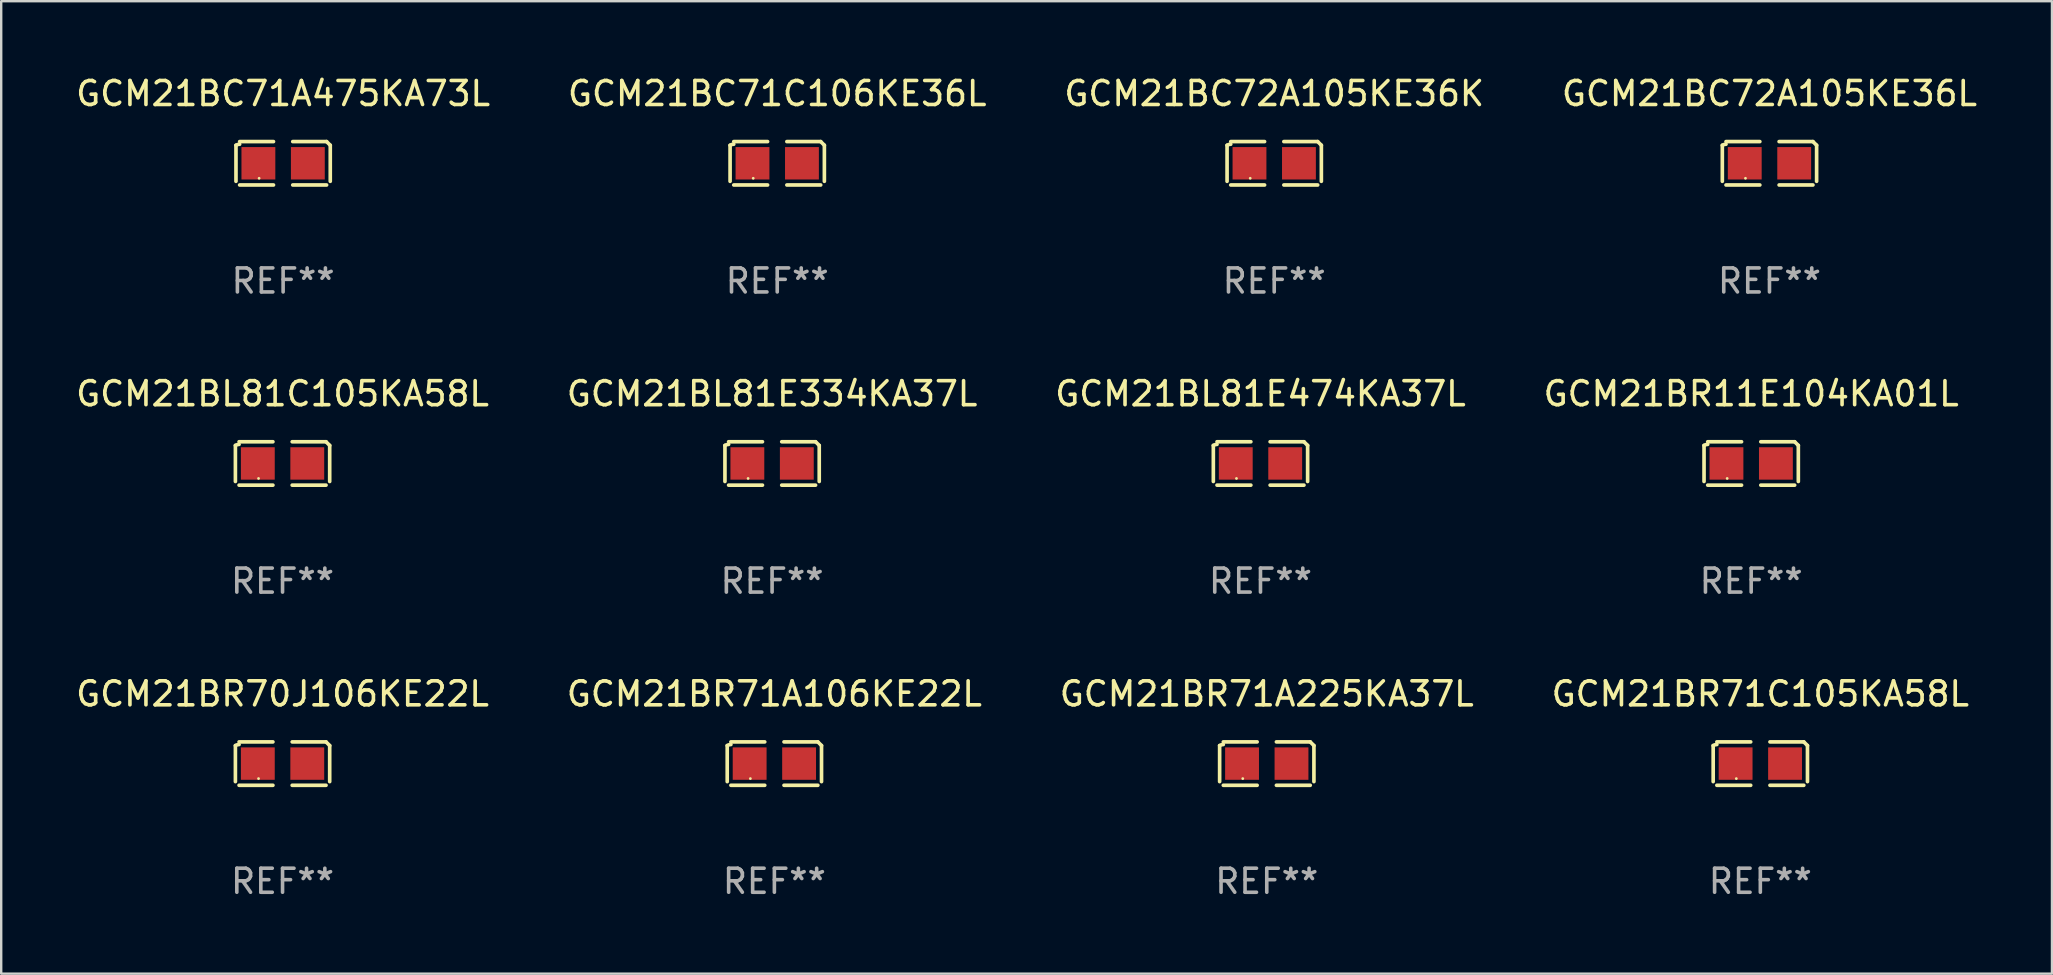
<source format=kicad_pcb>
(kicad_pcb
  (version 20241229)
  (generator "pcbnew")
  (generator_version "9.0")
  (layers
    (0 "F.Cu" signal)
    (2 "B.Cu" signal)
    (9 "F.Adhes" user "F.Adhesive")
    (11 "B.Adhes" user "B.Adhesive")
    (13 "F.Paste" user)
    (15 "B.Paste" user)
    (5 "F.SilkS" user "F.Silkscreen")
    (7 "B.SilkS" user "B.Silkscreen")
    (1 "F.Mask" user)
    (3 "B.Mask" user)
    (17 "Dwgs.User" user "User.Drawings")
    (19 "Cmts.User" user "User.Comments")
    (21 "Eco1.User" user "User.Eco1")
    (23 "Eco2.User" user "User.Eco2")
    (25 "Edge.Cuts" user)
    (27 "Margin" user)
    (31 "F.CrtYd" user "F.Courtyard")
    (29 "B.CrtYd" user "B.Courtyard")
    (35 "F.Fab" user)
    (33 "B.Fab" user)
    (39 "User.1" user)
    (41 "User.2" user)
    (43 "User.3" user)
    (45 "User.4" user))
  (footprint "GCM21BL81E474KA37L"
    (layer "F.Cu")
    (at 49.458 16.256)
    (property "Reference" "GCM21BL81E474KA37L" (at 0 -2.904 0) (layer "F.SilkS") (effects (font (size 1 1) (thickness 0.15))))
    (attr through_hole)
    (fp_line (start -1.964 0.751) (end -1.964 -0.751) (stroke (width 0.152) (type solid)) (layer "F.SilkS"))
    (fp_line (start -1.811 -0.904) (end -0.401 -0.904) (stroke (width 0.152) (type solid)) (layer "F.SilkS"))
    (fp_line (start -0.401 0.904) (end -1.811 0.904) (stroke (width 0.152) (type solid)) (layer "F.SilkS"))
    (fp_line (start 0.401 0.904) (end 1.811 0.904) (stroke (width 0.152) (type solid)) (layer "F.SilkS"))
    (fp_line (start 1.811 -0.904) (end 0.401 -0.904) (stroke (width 0.152) (type solid)) (layer "F.SilkS"))
    (fp_line (start 1.964 0.751) (end 1.964 -0.751) (stroke (width 0.152) (type solid)) (layer "F.SilkS"))
    (fp_arc (start -1.963602 -0.751207) (mid -1.890354 -0.783131) (end -1.811201 -0.794044) (stroke (width 0.1524) (type solid)) (layer "F.SilkS"))
    (fp_arc (start 1.811202 -0.903607) (mid 1.887413 -0.827418) (end 1.963602 -0.751207) (stroke (width 0.1524) (type solid)) (layer "F.SilkS"))
    (fp_circle (center -1 0.625) (end -0.97 0.625) (stroke (width 0.06) (type solid)) (fill no) (layer "F.SilkS"))
    (fp_text user "REF**" (at 0 4.904 0) (layer "F.Fab") (effects (font (size 1 1) (thickness 0.15))))
    (pad "1" smd rect (at -1.03 0) (size 1.41 1.35) (layers "F.Cu" "F.Mask" "F.Paste"))
    (pad "2" smd rect (at 1.03 0) (size 1.41 1.35) (layers "F.Cu" "F.Mask" "F.Paste")))
  (footprint "GCM21BC72A105KE36L"
    (layer "F.Cu")
    (at 70.661 3.752)
    (property "Reference" "GCM21BC72A105KE36L" (at 0 -2.904 0) (layer "F.SilkS") (effects (font (size 1 1) (thickness 0.15))))
    (attr through_hole)
    (fp_line (start -1.964 0.751) (end -1.964 -0.751) (stroke (width 0.152) (type solid)) (layer "F.SilkS"))
    (fp_line (start -1.811 -0.904) (end -0.401 -0.904) (stroke (width 0.152) (type solid)) (layer "F.SilkS"))
    (fp_line (start -0.401 0.904) (end -1.811 0.904) (stroke (width 0.152) (type solid)) (layer "F.SilkS"))
    (fp_line (start 0.401 0.904) (end 1.811 0.904) (stroke (width 0.152) (type solid)) (layer "F.SilkS"))
    (fp_line (start 1.811 -0.904) (end 0.401 -0.904) (stroke (width 0.152) (type solid)) (layer "F.SilkS"))
    (fp_line (start 1.964 0.751) (end 1.964 -0.751) (stroke (width 0.152) (type solid)) (layer "F.SilkS"))
    (fp_arc (start -1.963602 -0.751207) (mid -1.890354 -0.783131) (end -1.811201 -0.794044) (stroke (width 0.1524) (type solid)) (layer "F.SilkS"))
    (fp_arc (start 1.811202 -0.903607) (mid 1.887413 -0.827418) (end 1.963602 -0.751207) (stroke (width 0.1524) (type solid)) (layer "F.SilkS"))
    (fp_circle (center -1 0.625) (end -0.97 0.625) (stroke (width 0.06) (type solid)) (fill no) (layer "F.SilkS"))
    (fp_text user "REF**" (at 0 4.904 0) (layer "F.Fab") (effects (font (size 1 1) (thickness 0.15))))
    (pad "1" smd rect (at -1.03 0) (size 1.41 1.35) (layers "F.Cu" "F.Mask" "F.Paste"))
    (pad "2" smd rect (at 1.03 0) (size 1.41 1.35) (layers "F.Cu" "F.Mask" "F.Paste")))
  (footprint "GCM21BC72A105KE36K"
    (layer "F.Cu")
    (at 50.03 3.752)
    (property "Reference" "GCM21BC72A105KE36K" (at 0 -2.904 0) (layer "F.SilkS") (effects (font (size 1 1) (thickness 0.15))))
    (attr through_hole)
    (fp_line (start -1.964 0.751) (end -1.964 -0.751) (stroke (width 0.152) (type solid)) (layer "F.SilkS"))
    (fp_line (start -1.811 -0.904) (end -0.401 -0.904) (stroke (width 0.152) (type solid)) (layer "F.SilkS"))
    (fp_line (start -0.401 0.904) (end -1.811 0.904) (stroke (width 0.152) (type solid)) (layer "F.SilkS"))
    (fp_line (start 0.401 0.904) (end 1.811 0.904) (stroke (width 0.152) (type solid)) (layer "F.SilkS"))
    (fp_line (start 1.811 -0.904) (end 0.401 -0.904) (stroke (width 0.152) (type solid)) (layer "F.SilkS"))
    (fp_line (start 1.964 0.751) (end 1.964 -0.751) (stroke (width 0.152) (type solid)) (layer "F.SilkS"))
    (fp_arc (start -1.963602 -0.751207) (mid -1.890354 -0.783131) (end -1.811201 -0.794044) (stroke (width 0.1524) (type solid)) (layer "F.SilkS"))
    (fp_arc (start 1.811202 -0.903607) (mid 1.887413 -0.827418) (end 1.963602 -0.751207) (stroke (width 0.1524) (type solid)) (layer "F.SilkS"))
    (fp_circle (center -1 0.625) (end -0.97 0.625) (stroke (width 0.06) (type solid)) (fill no) (layer "F.SilkS"))
    (fp_text user "REF**" (at 0 4.904 0) (layer "F.Fab") (effects (font (size 1 1) (thickness 0.15))))
    (pad "1" smd rect (at -1.03 0) (size 1.41 1.35) (layers "F.Cu" "F.Mask" "F.Paste"))
    (pad "2" smd rect (at 1.03 0) (size 1.41 1.35) (layers "F.Cu" "F.Mask" "F.Paste")))
  (footprint "GCM21BR70J106KE22L"
    (layer "F.Cu")
    (at 8.72 28.759)
    (property "Reference" "GCM21BR70J106KE22L" (at 0 -2.904 0) (layer "F.SilkS") (effects (font (size 1 1) (thickness 0.15))))
    (attr through_hole)
    (fp_line (start -1.964 0.751) (end -1.964 -0.751) (stroke (width 0.152) (type solid)) (layer "F.SilkS"))
    (fp_line (start -1.811 -0.904) (end -0.401 -0.904) (stroke (width 0.152) (type solid)) (layer "F.SilkS"))
    (fp_line (start -0.401 0.904) (end -1.811 0.904) (stroke (width 0.152) (type solid)) (layer "F.SilkS"))
    (fp_line (start 0.401 0.904) (end 1.811 0.904) (stroke (width 0.152) (type solid)) (layer "F.SilkS"))
    (fp_line (start 1.811 -0.904) (end 0.401 -0.904) (stroke (width 0.152) (type solid)) (layer "F.SilkS"))
    (fp_line (start 1.964 0.751) (end 1.964 -0.751) (stroke (width 0.152) (type solid)) (layer "F.SilkS"))
    (fp_arc (start -1.963602 -0.751207) (mid -1.890354 -0.783131) (end -1.811201 -0.794044) (stroke (width 0.1524) (type solid)) (layer "F.SilkS"))
    (fp_arc (start 1.811202 -0.903607) (mid 1.887413 -0.827418) (end 1.963602 -0.751207) (stroke (width 0.1524) (type solid)) (layer "F.SilkS"))
    (fp_circle (center -1 0.625) (end -0.97 0.625) (stroke (width 0.06) (type solid)) (fill no) (layer "F.SilkS"))
    (fp_text user "REF**" (at 0 4.904 0) (layer "F.Fab") (effects (font (size 1 1) (thickness 0.15))))
    (pad "1" smd rect (at -1.03 0) (size 1.41 1.35) (layers "F.Cu" "F.Mask" "F.Paste"))
    (pad "2" smd rect (at 1.03 0) (size 1.41 1.35) (layers "F.Cu" "F.Mask" "F.Paste")))
  (footprint "GCM21BL81C105KA58L"
    (layer "F.Cu")
    (at 8.72 16.256)
    (property "Reference" "GCM21BL81C105KA58L" (at 0 -2.904 0) (layer "F.SilkS") (effects (font (size 1 1) (thickness 0.15))))
    (attr through_hole)
    (fp_line (start -1.964 0.751) (end -1.964 -0.751) (stroke (width 0.152) (type solid)) (layer "F.SilkS"))
    (fp_line (start -1.811 -0.904) (end -0.401 -0.904) (stroke (width 0.152) (type solid)) (layer "F.SilkS"))
    (fp_line (start -0.401 0.904) (end -1.811 0.904) (stroke (width 0.152) (type solid)) (layer "F.SilkS"))
    (fp_line (start 0.401 0.904) (end 1.811 0.904) (stroke (width 0.152) (type solid)) (layer "F.SilkS"))
    (fp_line (start 1.811 -0.904) (end 0.401 -0.904) (stroke (width 0.152) (type solid)) (layer "F.SilkS"))
    (fp_line (start 1.964 0.751) (end 1.964 -0.751) (stroke (width 0.152) (type solid)) (layer "F.SilkS"))
    (fp_arc (start -1.963602 -0.751207) (mid -1.890354 -0.783131) (end -1.811201 -0.794044) (stroke (width 0.1524) (type solid)) (layer "F.SilkS"))
    (fp_arc (start 1.811202 -0.903607) (mid 1.887413 -0.827418) (end 1.963602 -0.751207) (stroke (width 0.1524) (type solid)) (layer "F.SilkS"))
    (fp_circle (center -1 0.625) (end -0.97 0.625) (stroke (width 0.06) (type solid)) (fill no) (layer "F.SilkS"))
    (fp_text user "REF**" (at 0 4.904 0) (layer "F.Fab") (effects (font (size 1 1) (thickness 0.15))))
    (pad "1" smd rect (at -1.03 0) (size 1.41 1.35) (layers "F.Cu" "F.Mask" "F.Paste"))
    (pad "2" smd rect (at 1.03 0) (size 1.41 1.35) (layers "F.Cu" "F.Mask" "F.Paste")))
  (footprint "GCM21BR11E104KA01L"
    (layer "F.Cu")
    (at 69.899 16.256)
    (property "Reference" "GCM21BR11E104KA01L" (at 0 -2.904 0) (layer "F.SilkS") (effects (font (size 1 1) (thickness 0.15))))
    (attr through_hole)
    (fp_line (start -1.964 0.751) (end -1.964 -0.751) (stroke (width 0.152) (type solid)) (layer "F.SilkS"))
    (fp_line (start -1.811 -0.904) (end -0.401 -0.904) (stroke (width 0.152) (type solid)) (layer "F.SilkS"))
    (fp_line (start -0.401 0.904) (end -1.811 0.904) (stroke (width 0.152) (type solid)) (layer "F.SilkS"))
    (fp_line (start 0.401 0.904) (end 1.811 0.904) (stroke (width 0.152) (type solid)) (layer "F.SilkS"))
    (fp_line (start 1.811 -0.904) (end 0.401 -0.904) (stroke (width 0.152) (type solid)) (layer "F.SilkS"))
    (fp_line (start 1.964 0.751) (end 1.964 -0.751) (stroke (width 0.152) (type solid)) (layer "F.SilkS"))
    (fp_arc (start -1.963602 -0.751207) (mid -1.890354 -0.783131) (end -1.811201 -0.794044) (stroke (width 0.1524) (type solid)) (layer "F.SilkS"))
    (fp_arc (start 1.811202 -0.903607) (mid 1.887413 -0.827418) (end 1.963602 -0.751207) (stroke (width 0.1524) (type solid)) (layer "F.SilkS"))
    (fp_circle (center -1 0.625) (end -0.97 0.625) (stroke (width 0.06) (type solid)) (fill no) (layer "F.SilkS"))
    (fp_text user "REF**" (at 0 4.904 0) (layer "F.Fab") (effects (font (size 1 1) (thickness 0.15))))
    (pad "1" smd rect (at -1.03 0) (size 1.41 1.35) (layers "F.Cu" "F.Mask" "F.Paste"))
    (pad "2" smd rect (at 1.03 0) (size 1.41 1.35) (layers "F.Cu" "F.Mask" "F.Paste")))
  (footprint "GCM21BC71A475KA73L"
    (layer "F.Cu")
    (at 8.744 3.752)
    (property "Reference" "GCM21BC71A475KA73L" (at 0 -2.904 0) (layer "F.SilkS") (effects (font (size 1 1) (thickness 0.15))))
    (attr through_hole)
    (fp_line (start -1.964 0.751) (end -1.964 -0.751) (stroke (width 0.152) (type solid)) (layer "F.SilkS"))
    (fp_line (start -1.811 -0.904) (end -0.401 -0.904) (stroke (width 0.152) (type solid)) (layer "F.SilkS"))
    (fp_line (start -0.401 0.904) (end -1.811 0.904) (stroke (width 0.152) (type solid)) (layer "F.SilkS"))
    (fp_line (start 0.401 0.904) (end 1.811 0.904) (stroke (width 0.152) (type solid)) (layer "F.SilkS"))
    (fp_line (start 1.811 -0.904) (end 0.401 -0.904) (stroke (width 0.152) (type solid)) (layer "F.SilkS"))
    (fp_line (start 1.964 0.751) (end 1.964 -0.751) (stroke (width 0.152) (type solid)) (layer "F.SilkS"))
    (fp_arc (start -1.963602 -0.751207) (mid -1.890354 -0.783131) (end -1.811201 -0.794044) (stroke (width 0.1524) (type solid)) (layer "F.SilkS"))
    (fp_arc (start 1.811202 -0.903607) (mid 1.887413 -0.827418) (end 1.963602 -0.751207) (stroke (width 0.1524) (type solid)) (layer "F.SilkS"))
    (fp_circle (center -1 0.625) (end -0.97 0.625) (stroke (width 0.06) (type solid)) (fill no) (layer "F.SilkS"))
    (fp_text user "REF**" (at 0 4.904 0) (layer "F.Fab") (effects (font (size 1 1) (thickness 0.15))))
    (pad "1" smd rect (at -1.03 0) (size 1.41 1.35) (layers "F.Cu" "F.Mask" "F.Paste"))
    (pad "2" smd rect (at 1.03 0) (size 1.41 1.35) (layers "F.Cu" "F.Mask" "F.Paste")))
  (footprint "GCM21BL81E334KA37L"
    (layer "F.Cu")
    (at 29.113 16.256)
    (property "Reference" "GCM21BL81E334KA37L" (at 0 -2.904 0) (layer "F.SilkS") (effects (font (size 1 1) (thickness 0.15))))
    (attr through_hole)
    (fp_line (start -1.964 0.751) (end -1.964 -0.751) (stroke (width 0.152) (type solid)) (layer "F.SilkS"))
    (fp_line (start -1.811 -0.904) (end -0.401 -0.904) (stroke (width 0.152) (type solid)) (layer "F.SilkS"))
    (fp_line (start -0.401 0.904) (end -1.811 0.904) (stroke (width 0.152) (type solid)) (layer "F.SilkS"))
    (fp_line (start 0.401 0.904) (end 1.811 0.904) (stroke (width 0.152) (type solid)) (layer "F.SilkS"))
    (fp_line (start 1.811 -0.904) (end 0.401 -0.904) (stroke (width 0.152) (type solid)) (layer "F.SilkS"))
    (fp_line (start 1.964 0.751) (end 1.964 -0.751) (stroke (width 0.152) (type solid)) (layer "F.SilkS"))
    (fp_arc (start -1.963602 -0.751207) (mid -1.890354 -0.783131) (end -1.811201 -0.794044) (stroke (width 0.1524) (type solid)) (layer "F.SilkS"))
    (fp_arc (start 1.811202 -0.903607) (mid 1.887413 -0.827418) (end 1.963602 -0.751207) (stroke (width 0.1524) (type solid)) (layer "F.SilkS"))
    (fp_circle (center -1 0.625) (end -0.97 0.625) (stroke (width 0.06) (type solid)) (fill no) (layer "F.SilkS"))
    (fp_text user "REF**" (at 0 4.904 0) (layer "F.Fab") (effects (font (size 1 1) (thickness 0.15))))
    (pad "1" smd rect (at -1.03 0) (size 1.41 1.35) (layers "F.Cu" "F.Mask" "F.Paste"))
    (pad "2" smd rect (at 1.03 0) (size 1.41 1.35) (layers "F.Cu" "F.Mask" "F.Paste")))
  (footprint "GCM21BC71C106KE36L"
    (layer "F.Cu")
    (at 29.327 3.752)
    (property "Reference" "GCM21BC71C106KE36L" (at 0 -2.904 0) (layer "F.SilkS") (effects (font (size 1 1) (thickness 0.15))))
    (attr through_hole)
    (fp_line (start -1.964 0.751) (end -1.964 -0.751) (stroke (width 0.152) (type solid)) (layer "F.SilkS"))
    (fp_line (start -1.811 -0.904) (end -0.401 -0.904) (stroke (width 0.152) (type solid)) (layer "F.SilkS"))
    (fp_line (start -0.401 0.904) (end -1.811 0.904) (stroke (width 0.152) (type solid)) (layer "F.SilkS"))
    (fp_line (start 0.401 0.904) (end 1.811 0.904) (stroke (width 0.152) (type solid)) (layer "F.SilkS"))
    (fp_line (start 1.811 -0.904) (end 0.401 -0.904) (stroke (width 0.152) (type solid)) (layer "F.SilkS"))
    (fp_line (start 1.964 0.751) (end 1.964 -0.751) (stroke (width 0.152) (type solid)) (layer "F.SilkS"))
    (fp_arc (start -1.963602 -0.751207) (mid -1.890354 -0.783131) (end -1.811201 -0.794044) (stroke (width 0.1524) (type solid)) (layer "F.SilkS"))
    (fp_arc (start 1.811202 -0.903607) (mid 1.887413 -0.827418) (end 1.963602 -0.751207) (stroke (width 0.1524) (type solid)) (layer "F.SilkS"))
    (fp_circle (center -1 0.625) (end -0.97 0.625) (stroke (width 0.06) (type solid)) (fill no) (layer "F.SilkS"))
    (fp_text user "REF**" (at 0 4.904 0) (layer "F.Fab") (effects (font (size 1 1) (thickness 0.15))))
    (pad "1" smd rect (at -1.03 0) (size 1.41 1.35) (layers "F.Cu" "F.Mask" "F.Paste"))
    (pad "2" smd rect (at 1.03 0) (size 1.41 1.35) (layers "F.Cu" "F.Mask" "F.Paste")))
  (footprint "GCM21BR71C105KA58L"
    (layer "F.Cu")
    (at 70.28 28.759)
    (property "Reference" "GCM21BR71C105KA58L" (at 0 -2.904 0) (layer "F.SilkS") (effects (font (size 1 1) (thickness 0.15))))
    (attr through_hole)
    (fp_line (start -1.964 0.751) (end -1.964 -0.751) (stroke (width 0.152) (type solid)) (layer "F.SilkS"))
    (fp_line (start -1.811 -0.904) (end -0.401 -0.904) (stroke (width 0.152) (type solid)) (layer "F.SilkS"))
    (fp_line (start -0.401 0.904) (end -1.811 0.904) (stroke (width 0.152) (type solid)) (layer "F.SilkS"))
    (fp_line (start 0.401 0.904) (end 1.811 0.904) (stroke (width 0.152) (type solid)) (layer "F.SilkS"))
    (fp_line (start 1.811 -0.904) (end 0.401 -0.904) (stroke (width 0.152) (type solid)) (layer "F.SilkS"))
    (fp_line (start 1.964 0.751) (end 1.964 -0.751) (stroke (width 0.152) (type solid)) (layer "F.SilkS"))
    (fp_arc (start -1.963602 -0.751207) (mid -1.890354 -0.783131) (end -1.811201 -0.794044) (stroke (width 0.1524) (type solid)) (layer "F.SilkS"))
    (fp_arc (start 1.811202 -0.903607) (mid 1.887413 -0.827418) (end 1.963602 -0.751207) (stroke (width 0.1524) (type solid)) (layer "F.SilkS"))
    (fp_circle (center -1 0.625) (end -0.97 0.625) (stroke (width 0.06) (type solid)) (fill no) (layer "F.SilkS"))
    (fp_text user "REF**" (at 0 4.904 0) (layer "F.Fab") (effects (font (size 1 1) (thickness 0.15))))
    (pad "1" smd rect (at -1.03 0) (size 1.41 1.35) (layers "F.Cu" "F.Mask" "F.Paste"))
    (pad "2" smd rect (at 1.03 0) (size 1.41 1.35) (layers "F.Cu" "F.Mask" "F.Paste")))
  (footprint "GCM21BR71A106KE22L"
    (layer "F.Cu")
    (at 29.208 28.759)
    (property "Reference" "GCM21BR71A106KE22L" (at 0 -2.904 0) (layer "F.SilkS") (effects (font (size 1 1) (thickness 0.15))))
    (attr through_hole)
    (fp_line (start -1.964 0.751) (end -1.964 -0.751) (stroke (width 0.152) (type solid)) (layer "F.SilkS"))
    (fp_line (start -1.811 -0.904) (end -0.401 -0.904) (stroke (width 0.152) (type solid)) (layer "F.SilkS"))
    (fp_line (start -0.401 0.904) (end -1.811 0.904) (stroke (width 0.152) (type solid)) (layer "F.SilkS"))
    (fp_line (start 0.401 0.904) (end 1.811 0.904) (stroke (width 0.152) (type solid)) (layer "F.SilkS"))
    (fp_line (start 1.811 -0.904) (end 0.401 -0.904) (stroke (width 0.152) (type solid)) (layer "F.SilkS"))
    (fp_line (start 1.964 0.751) (end 1.964 -0.751) (stroke (width 0.152) (type solid)) (layer "F.SilkS"))
    (fp_arc (start -1.963602 -0.751207) (mid -1.890354 -0.783131) (end -1.811201 -0.794044) (stroke (width 0.1524) (type solid)) (layer "F.SilkS"))
    (fp_arc (start 1.811202 -0.903607) (mid 1.887413 -0.827418) (end 1.963602 -0.751207) (stroke (width 0.1524) (type solid)) (layer "F.SilkS"))
    (fp_circle (center -1 0.625) (end -0.97 0.625) (stroke (width 0.06) (type solid)) (fill no) (layer "F.SilkS"))
    (fp_text user "REF**" (at 0 4.904 0) (layer "F.Fab") (effects (font (size 1 1) (thickness 0.15))))
    (pad "1" smd rect (at -1.03 0) (size 1.41 1.35) (layers "F.Cu" "F.Mask" "F.Paste"))
    (pad "2" smd rect (at 1.03 0) (size 1.41 1.35) (layers "F.Cu" "F.Mask" "F.Paste")))
  (footprint "GCM21BR71A225KA37L"
    (layer "F.Cu")
    (at 49.72 28.759)
    (property "Reference" "GCM21BR71A225KA37L" (at 0 -2.904 0) (layer "F.SilkS") (effects (font (size 1 1) (thickness 0.15))))
    (attr through_hole)
    (fp_line (start -1.964 0.751) (end -1.964 -0.751) (stroke (width 0.152) (type solid)) (layer "F.SilkS"))
    (fp_line (start -1.811 -0.904) (end -0.401 -0.904) (stroke (width 0.152) (type solid)) (layer "F.SilkS"))
    (fp_line (start -0.401 0.904) (end -1.811 0.904) (stroke (width 0.152) (type solid)) (layer "F.SilkS"))
    (fp_line (start 0.401 0.904) (end 1.811 0.904) (stroke (width 0.152) (type solid)) (layer "F.SilkS"))
    (fp_line (start 1.811 -0.904) (end 0.401 -0.904) (stroke (width 0.152) (type solid)) (layer "F.SilkS"))
    (fp_line (start 1.964 0.751) (end 1.964 -0.751) (stroke (width 0.152) (type solid)) (layer "F.SilkS"))
    (fp_arc (start -1.963602 -0.751207) (mid -1.890354 -0.783131) (end -1.811201 -0.794044) (stroke (width 0.1524) (type solid)) (layer "F.SilkS"))
    (fp_arc (start 1.811202 -0.903607) (mid 1.887413 -0.827418) (end 1.963602 -0.751207) (stroke (width 0.1524) (type solid)) (layer "F.SilkS"))
    (fp_circle (center -1 0.625) (end -0.97 0.625) (stroke (width 0.06) (type solid)) (fill no) (layer "F.SilkS"))
    (fp_text user "REF**" (at 0 4.904 0) (layer "F.Fab") (effects (font (size 1 1) (thickness 0.15))))
    (pad "1" smd rect (at -1.03 0) (size 1.41 1.35) (layers "F.Cu" "F.Mask" "F.Paste"))
    (pad "2" smd rect (at 1.03 0) (size 1.41 1.35) (layers "F.Cu" "F.Mask" "F.Paste")))
  (gr_rect
    (start -3 -3)
    (end 82.429 37.511)
    (stroke (width 0.1) (type default))
    (fill no)
    (layer "Edge.Cuts")))
</source>
